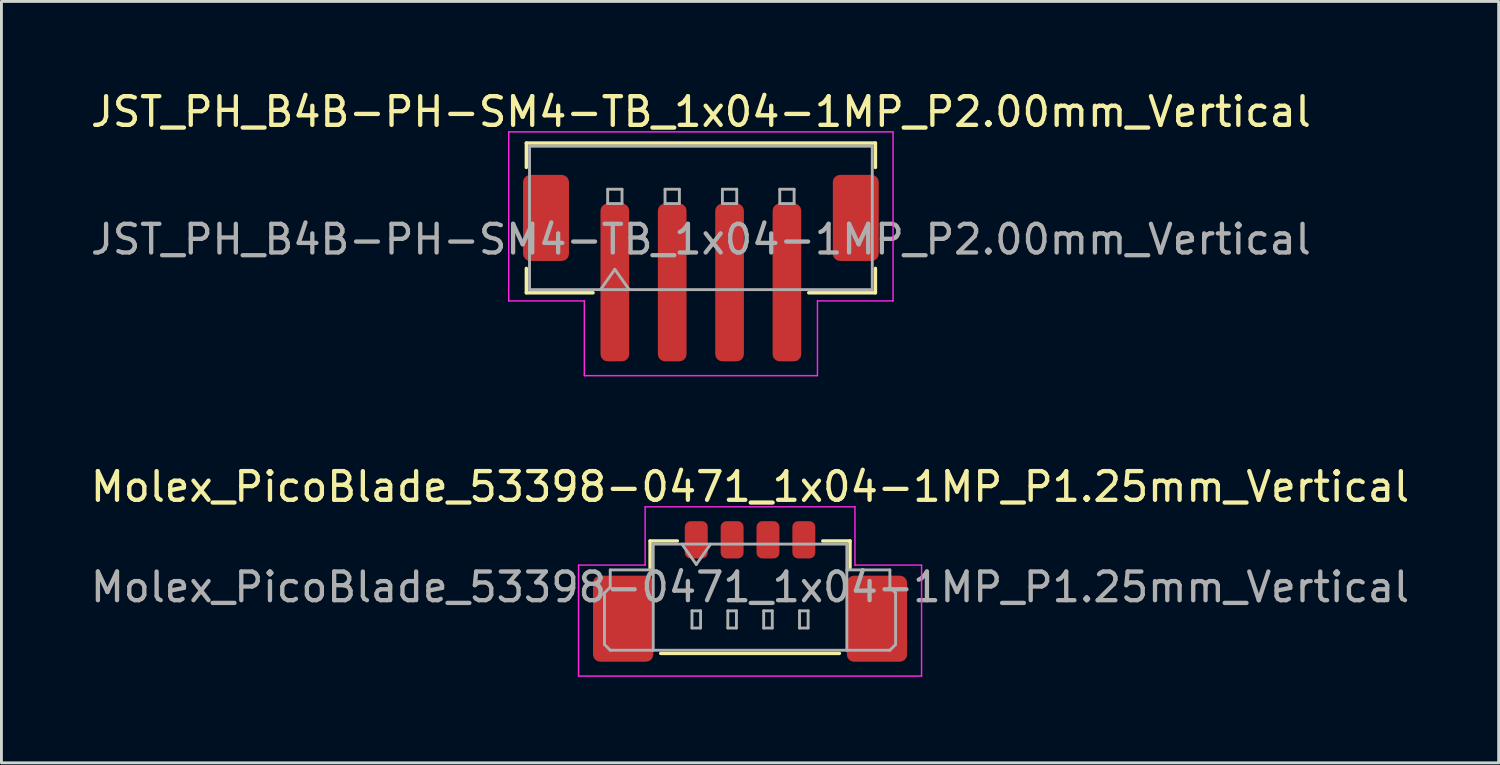
<source format=kicad_pcb>
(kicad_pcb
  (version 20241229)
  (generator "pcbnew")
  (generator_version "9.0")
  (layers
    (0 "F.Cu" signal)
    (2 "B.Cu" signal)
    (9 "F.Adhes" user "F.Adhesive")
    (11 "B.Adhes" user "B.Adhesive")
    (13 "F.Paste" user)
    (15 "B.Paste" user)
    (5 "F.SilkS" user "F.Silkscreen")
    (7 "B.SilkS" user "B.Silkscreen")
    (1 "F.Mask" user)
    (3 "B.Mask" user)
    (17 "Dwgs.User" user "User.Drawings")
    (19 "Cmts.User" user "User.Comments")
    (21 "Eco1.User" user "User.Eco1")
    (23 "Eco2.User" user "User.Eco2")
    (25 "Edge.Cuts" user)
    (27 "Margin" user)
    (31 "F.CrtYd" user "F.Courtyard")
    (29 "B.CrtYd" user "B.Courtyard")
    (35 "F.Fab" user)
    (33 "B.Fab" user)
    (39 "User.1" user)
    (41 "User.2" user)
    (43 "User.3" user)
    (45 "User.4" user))
  (footprint "Molex_PicoBlade_53398-0471_1x04-1MP_P1.25mm_Vertical"
    (layer "F.Cu")
    (at 23.101 17.021)
    (property "Reference" "Molex_PicoBlade_53398-0471_1x04-1MP_P1.25mm_Vertical" (at 0 -3.1 0) (layer "F.SilkS") (effects (font (size 1 1) (thickness 0.15))))
    (attr smd)
    (fp_line (start -3.485 -1.21) (end -2.535 -1.21) (stroke (width 0.12) (type solid)) (layer "F.SilkS"))
    (fp_line (start -3.485 -0.26) (end -3.485 -1.21) (stroke (width 0.12) (type solid)) (layer "F.SilkS"))
    (fp_line (start -3.115 2.71) (end 3.115 2.71) (stroke (width 0.12) (type solid)) (layer "F.SilkS"))
    (fp_line (start 3.485 -1.21) (end 2.535 -1.21) (stroke (width 0.12) (type solid)) (layer "F.SilkS"))
    (fp_line (start 3.485 -0.26) (end 3.485 -1.21) (stroke (width 0.12) (type solid)) (layer "F.SilkS"))
    (fp_line (start -5.98 -0.368) (end -3.658 -0.368) (stroke (width 0.05) (type default)) (layer "F.CrtYd"))
    (fp_line (start -5.98 3.5) (end -5.98 -0.368) (stroke (width 0.05) (type default)) (layer "F.CrtYd"))
    (fp_line (start -5.98 3.5) (end 5.98 3.5) (stroke (width 0.05) (type solid)) (layer "F.CrtYd"))
    (fp_line (start -3.658 -2.4) (end 3.658 -2.4) (stroke (width 0.05) (type default)) (layer "F.CrtYd"))
    (fp_line (start -3.658 -0.368) (end -3.658 -2.4) (stroke (width 0.05) (type default)) (layer "F.CrtYd"))
    (fp_line (start 3.658 -0.368) (end 3.658 -2.4) (stroke (width 0.05) (type default)) (layer "F.CrtYd"))
    (fp_line (start 5.98 -0.368) (end 3.658 -0.368) (stroke (width 0.05) (type default)) (layer "F.CrtYd"))
    (fp_line (start 5.98 -0.368) (end 5.98 3.5) (stroke (width 0.05) (type default)) (layer "F.CrtYd"))
    (fp_line (start -5.075 0.6) (end -4.875 0.4) (stroke (width 0.1) (type solid)) (layer "F.Fab"))
    (fp_line (start -5.075 2.4) (end -5.075 0.6) (stroke (width 0.1) (type solid)) (layer "F.Fab"))
    (fp_line (start -4.875 -0.2) (end -3.375 -0.2) (stroke (width 0.1) (type solid)) (layer "F.Fab"))
    (fp_line (start -4.875 0.4) (end -4.875 -0.2) (stroke (width 0.1) (type solid)) (layer "F.Fab"))
    (fp_line (start -4.875 2.6) (end -5.075 2.4) (stroke (width 0.1) (type solid)) (layer "F.Fab"))
    (fp_line (start -3.375 -1.1) (end -3.375 2.6) (stroke (width 0.1) (type solid)) (layer "F.Fab"))
    (fp_line (start -3.375 -1.1) (end 3.375 -1.1) (stroke (width 0.1) (type solid)) (layer "F.Fab"))
    (fp_line (start -3.375 2.6) (end -4.875 2.6) (stroke (width 0.1) (type solid)) (layer "F.Fab"))
    (fp_line (start -3.375 2.6) (end 3.375 2.6) (stroke (width 0.1) (type solid)) (layer "F.Fab"))
    (fp_line (start -2.375 -1.1) (end -1.875 -0.393) (stroke (width 0.1) (type solid)) (layer "F.Fab"))
    (fp_line (start -2.025 1.225) (end -2.025 1.825) (stroke (width 0.1) (type solid)) (layer "F.Fab"))
    (fp_line (start -2.025 1.825) (end -1.725 1.825) (stroke (width 0.1) (type solid)) (layer "F.Fab"))
    (fp_line (start -1.875 -0.393) (end -1.375 -1.1) (stroke (width 0.1) (type solid)) (layer "F.Fab"))
    (fp_line (start -1.725 1.225) (end -2.025 1.225) (stroke (width 0.1) (type solid)) (layer "F.Fab"))
    (fp_line (start -1.725 1.825) (end -1.725 1.225) (stroke (width 0.1) (type solid)) (layer "F.Fab"))
    (fp_line (start -0.775 1.225) (end -0.775 1.825) (stroke (width 0.1) (type solid)) (layer "F.Fab"))
    (fp_line (start -0.775 1.825) (end -0.475 1.825) (stroke (width 0.1) (type solid)) (layer "F.Fab"))
    (fp_line (start -0.475 1.225) (end -0.775 1.225) (stroke (width 0.1) (type solid)) (layer "F.Fab"))
    (fp_line (start -0.475 1.825) (end -0.475 1.225) (stroke (width 0.1) (type solid)) (layer "F.Fab"))
    (fp_line (start 0.475 1.225) (end 0.475 1.825) (stroke (width 0.1) (type solid)) (layer "F.Fab"))
    (fp_line (start 0.475 1.825) (end 0.775 1.825) (stroke (width 0.1) (type solid)) (layer "F.Fab"))
    (fp_line (start 0.775 1.225) (end 0.475 1.225) (stroke (width 0.1) (type solid)) (layer "F.Fab"))
    (fp_line (start 0.775 1.825) (end 0.775 1.225) (stroke (width 0.1) (type solid)) (layer "F.Fab"))
    (fp_line (start 1.725 1.225) (end 1.725 1.825) (stroke (width 0.1) (type solid)) (layer "F.Fab"))
    (fp_line (start 1.725 1.825) (end 2.025 1.825) (stroke (width 0.1) (type solid)) (layer "F.Fab"))
    (fp_line (start 2.025 1.225) (end 1.725 1.225) (stroke (width 0.1) (type solid)) (layer "F.Fab"))
    (fp_line (start 2.025 1.825) (end 2.025 1.225) (stroke (width 0.1) (type solid)) (layer "F.Fab"))
    (fp_line (start 3.375 -1.1) (end 3.375 2.6) (stroke (width 0.1) (type solid)) (layer "F.Fab"))
    (fp_line (start 3.375 2.6) (end 4.875 2.6) (stroke (width 0.1) (type solid)) (layer "F.Fab"))
    (fp_line (start 4.875 -0.2) (end 3.375 -0.2) (stroke (width 0.1) (type solid)) (layer "F.Fab"))
    (fp_line (start 4.875 0.4) (end 4.875 -0.2) (stroke (width 0.1) (type solid)) (layer "F.Fab"))
    (fp_line (start 4.875 2.6) (end 5.075 2.4) (stroke (width 0.1) (type solid)) (layer "F.Fab"))
    (fp_line (start 5.075 0.6) (end 4.875 0.4) (stroke (width 0.1) (type solid)) (layer "F.Fab"))
    (fp_line (start 5.075 2.4) (end 5.075 0.6) (stroke (width 0.1) (type solid)) (layer "F.Fab"))
    (fp_text user "${REFERENCE}" (at 0 0.4 0) (layer "F.Fab") (effects (font (size 1 1) (thickness 0.15))))
    (pad "1" smd roundrect (at -1.875 -1.25) (size 0.8 1.3) (layers "F.Cu" "F.Mask" "F.Paste") (roundrect_rratio 0.25))
    (pad "2" smd roundrect (at -0.625 -1.25) (size 0.8 1.3) (layers "F.Cu" "F.Mask" "F.Paste") (roundrect_rratio 0.25))
    (pad "3" smd roundrect (at 0.625 -1.25) (size 0.8 1.3) (layers "F.Cu" "F.Mask" "F.Paste") (roundrect_rratio 0.25))
    (pad "4" smd roundrect (at 1.875 -1.25) (size 0.8 1.3) (layers "F.Cu" "F.Mask" "F.Paste") (roundrect_rratio 0.25))
    (pad "MP" smd roundrect (at -4.425 1.5) (size 2.1 3) (layers "F.Cu" "F.Mask" "F.Paste") (roundrect_rratio 0.119))
    (pad "MP" smd roundrect (at 4.425 1.5) (size 2.1 3) (layers "F.Cu" "F.Mask" "F.Paste") (roundrect_rratio 0.119)))
  (footprint "JST_PH_B4B-PH-SM4-TB_1x04-1MP_P2.00mm_Vertical"
    (layer "F.Cu")
    (at 21.387 6.298)
    (property "Reference" "JST_PH_B4B-PH-SM4-TB_1x04-1MP_P2.00mm_Vertical" (at 0 -5.45 180) (layer "F.SilkS") (effects (font (size 1 1) (thickness 0.15))))
    (attr smd)
    (fp_line (start -6.085 -4.36) (end 6.085 -4.36) (stroke (width 0.12) (type solid)) (layer "F.SilkS"))
    (fp_line (start -6.085 -3.51) (end -6.085 -4.36) (stroke (width 0.12) (type solid)) (layer "F.SilkS"))
    (fp_line (start -6.085 0.01) (end -6.085 0.86) (stroke (width 0.12) (type solid)) (layer "F.SilkS"))
    (fp_line (start -6.085 0.86) (end -3.76 0.86) (stroke (width 0.12) (type solid)) (layer "F.SilkS"))
    (fp_line (start 6.085 -4.36) (end 6.085 -3.51) (stroke (width 0.12) (type solid)) (layer "F.SilkS"))
    (fp_line (start 6.085 0.01) (end 6.085 0.86) (stroke (width 0.12) (type solid)) (layer "F.SilkS"))
    (fp_line (start 6.085 0.86) (end 3.76 0.86) (stroke (width 0.12) (type solid)) (layer "F.SilkS"))
    (fp_line (start -6.7 -4.75) (end -6.7 1.143) (stroke (width 0.05) (type solid)) (layer "F.CrtYd"))
    (fp_line (start -6.7 1.143) (end -4.064 1.143) (stroke (width 0.05) (type default)) (layer "F.CrtYd"))
    (fp_line (start -4.064 1.143) (end -4.064 3.75) (stroke (width 0.05) (type default)) (layer "F.CrtYd"))
    (fp_line (start -4.064 3.75) (end 4.064 3.75) (stroke (width 0.05) (type solid)) (layer "F.CrtYd"))
    (fp_line (start 4.064 1.143) (end 4.064 3.75) (stroke (width 0.05) (type default)) (layer "F.CrtYd"))
    (fp_line (start 6.7 -4.75) (end -6.7 -4.75) (stroke (width 0.05) (type solid)) (layer "F.CrtYd"))
    (fp_line (start 6.7 1.143) (end 4.064 1.143) (stroke (width 0.05) (type default)) (layer "F.CrtYd"))
    (fp_line (start 6.7 1.143) (end 6.7 -4.75) (stroke (width 0.05) (type solid)) (layer "F.CrtYd"))
    (fp_line (start -5.975 -4.25) (end 5.975 -4.25) (stroke (width 0.1) (type solid)) (layer "F.Fab"))
    (fp_line (start -5.975 0.75) (end -5.975 -4.25) (stroke (width 0.1) (type solid)) (layer "F.Fab"))
    (fp_line (start -5.975 0.75) (end 5.975 0.75) (stroke (width 0.1) (type solid)) (layer "F.Fab"))
    (fp_line (start -3.5 0.75) (end -3 0.043) (stroke (width 0.1) (type solid)) (layer "F.Fab"))
    (fp_line (start -3.25 -2.75) (end -3.25 -2.25) (stroke (width 0.1) (type solid)) (layer "F.Fab"))
    (fp_line (start -3.25 -2.25) (end -2.75 -2.25) (stroke (width 0.1) (type solid)) (layer "F.Fab"))
    (fp_line (start -3 0.043) (end -2.5 0.75) (stroke (width 0.1) (type solid)) (layer "F.Fab"))
    (fp_line (start -2.75 -2.75) (end -3.25 -2.75) (stroke (width 0.1) (type solid)) (layer "F.Fab"))
    (fp_line (start -2.75 -2.25) (end -2.75 -2.75) (stroke (width 0.1) (type solid)) (layer "F.Fab"))
    (fp_line (start -1.25 -2.75) (end -1.25 -2.25) (stroke (width 0.1) (type solid)) (layer "F.Fab"))
    (fp_line (start -1.25 -2.25) (end -0.75 -2.25) (stroke (width 0.1) (type solid)) (layer "F.Fab"))
    (fp_line (start -0.75 -2.75) (end -1.25 -2.75) (stroke (width 0.1) (type solid)) (layer "F.Fab"))
    (fp_line (start -0.75 -2.25) (end -0.75 -2.75) (stroke (width 0.1) (type solid)) (layer "F.Fab"))
    (fp_line (start 0.75 -2.75) (end 0.75 -2.25) (stroke (width 0.1) (type solid)) (layer "F.Fab"))
    (fp_line (start 0.75 -2.25) (end 1.25 -2.25) (stroke (width 0.1) (type solid)) (layer "F.Fab"))
    (fp_line (start 1.25 -2.75) (end 0.75 -2.75) (stroke (width 0.1) (type solid)) (layer "F.Fab"))
    (fp_line (start 1.25 -2.25) (end 1.25 -2.75) (stroke (width 0.1) (type solid)) (layer "F.Fab"))
    (fp_line (start 2.75 -2.75) (end 2.75 -2.25) (stroke (width 0.1) (type solid)) (layer "F.Fab"))
    (fp_line (start 2.75 -2.25) (end 3.25 -2.25) (stroke (width 0.1) (type solid)) (layer "F.Fab"))
    (fp_line (start 3.25 -2.75) (end 2.75 -2.75) (stroke (width 0.1) (type solid)) (layer "F.Fab"))
    (fp_line (start 3.25 -2.25) (end 3.25 -2.75) (stroke (width 0.1) (type solid)) (layer "F.Fab"))
    (fp_line (start 5.975 0.75) (end 5.975 -4.25) (stroke (width 0.1) (type solid)) (layer "F.Fab"))
    (fp_text user "${REFERENCE}" (at 0 -1 180) (layer "F.Fab") (effects (font (size 1 1) (thickness 0.15))))
    (pad "1" smd roundrect (at -3 0.5 180) (size 1 5.5) (layers "F.Cu" "F.Mask" "F.Paste") (roundrect_rratio 0.25))
    (pad "2" smd roundrect (at -1 0.5 180) (size 1 5.5) (layers "F.Cu" "F.Mask" "F.Paste") (roundrect_rratio 0.25))
    (pad "3" smd roundrect (at 1 0.5 180) (size 1 5.5) (layers "F.Cu" "F.Mask" "F.Paste") (roundrect_rratio 0.25))
    (pad "4" smd roundrect (at 3 0.5 180) (size 1 5.5) (layers "F.Cu" "F.Mask" "F.Paste") (roundrect_rratio 0.25))
    (pad "MP" smd roundrect (at -5.4 -1.75 180) (size 1.6 3) (layers "F.Cu" "F.Mask" "F.Paste") (roundrect_rratio 0.156))
    (pad "MP" smd roundrect (at 5.4 -1.75 180) (size 1.6 3) (layers "F.Cu" "F.Mask" "F.Paste") (roundrect_rratio 0.156)))
  (gr_rect
    (start -3 -3)
    (end 49.202 23.547)
    (stroke (width 0.1) (type default))
    (fill no)
    (layer "Edge.Cuts")))
</source>
